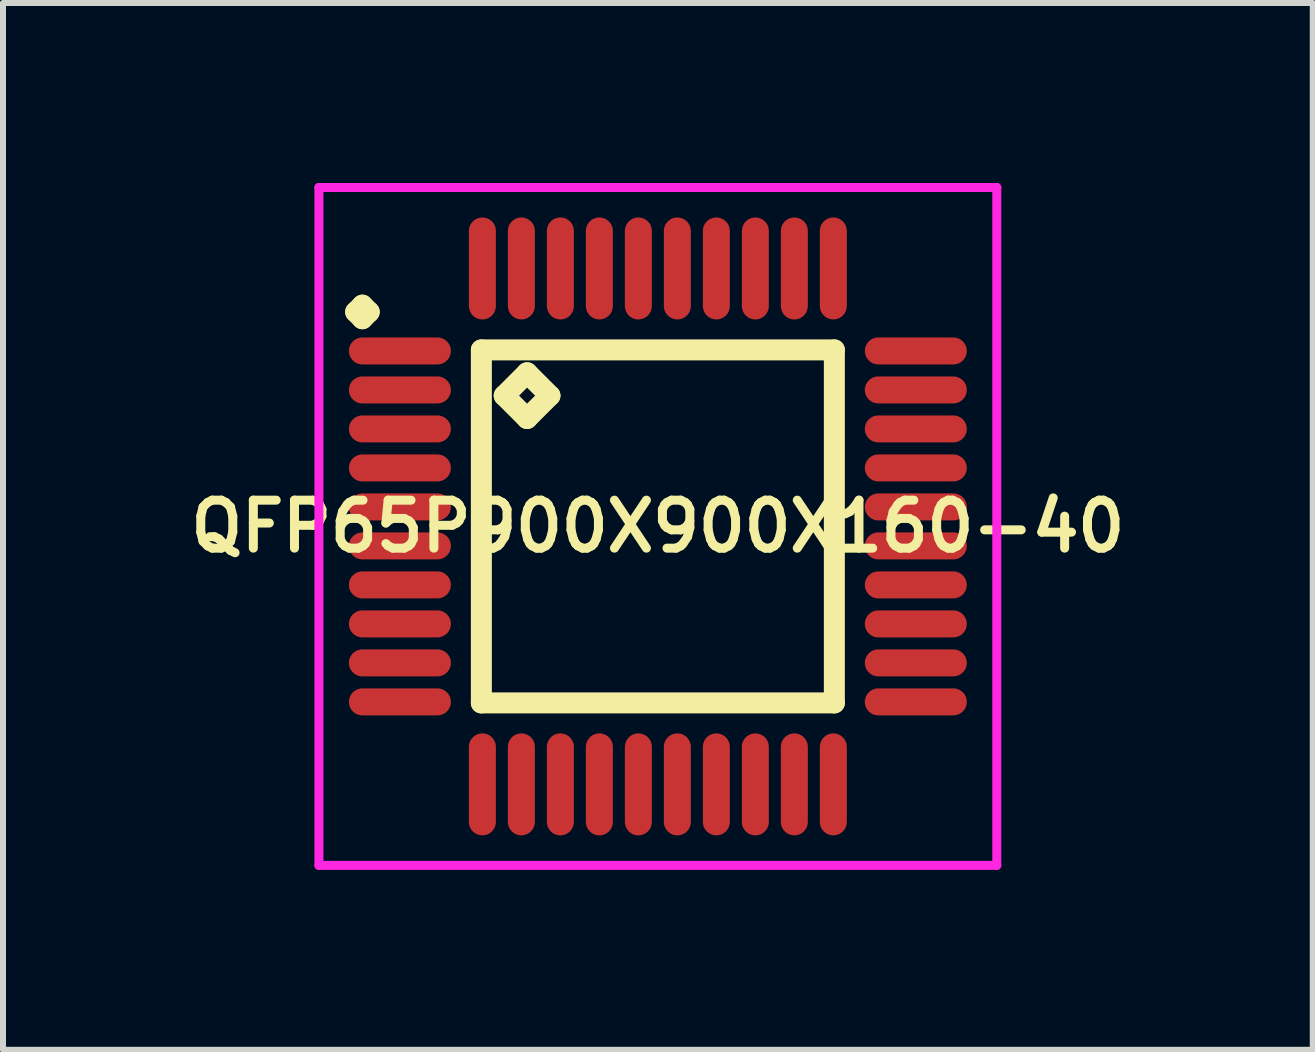
<source format=kicad_pcb>
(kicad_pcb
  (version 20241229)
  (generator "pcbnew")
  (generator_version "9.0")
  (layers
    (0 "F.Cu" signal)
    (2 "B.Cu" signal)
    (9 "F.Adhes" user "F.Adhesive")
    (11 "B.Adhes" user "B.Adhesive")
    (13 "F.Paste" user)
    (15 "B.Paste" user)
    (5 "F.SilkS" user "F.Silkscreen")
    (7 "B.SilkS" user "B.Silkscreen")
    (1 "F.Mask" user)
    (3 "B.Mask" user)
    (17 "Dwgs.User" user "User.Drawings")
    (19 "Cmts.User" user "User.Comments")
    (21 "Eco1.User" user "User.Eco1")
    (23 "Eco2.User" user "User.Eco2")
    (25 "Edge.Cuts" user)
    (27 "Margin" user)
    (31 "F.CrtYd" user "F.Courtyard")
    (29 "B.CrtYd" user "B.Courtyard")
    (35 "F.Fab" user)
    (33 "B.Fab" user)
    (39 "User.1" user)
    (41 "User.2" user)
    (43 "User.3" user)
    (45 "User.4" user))
  (footprint "QFP65P900X900X160-40"
    (layer "F.Cu")
    (at 7.916 5.725)
    (property "Reference" "QFP65P900X900X160-40" (at 0 0 0) (layer "F.SilkS") (effects (font (size 0.8 0.8) (thickness 0.15))))
    (attr smd)
    (fp_line (start -5.037 -3.575) (end -4.925 -3.688) (stroke (width 0.35) (type solid)) (layer "F.SilkS"))
    (fp_line (start -4.925 -3.688) (end -4.812 -3.575) (stroke (width 0.35) (type solid)) (layer "F.SilkS"))
    (fp_line (start -4.925 -3.462) (end -5.037 -3.575) (stroke (width 0.35) (type solid)) (layer "F.SilkS"))
    (fp_line (start -4.812 -3.575) (end -4.925 -3.462) (stroke (width 0.35) (type solid)) (layer "F.SilkS"))
    (fp_line (start -2.942 -2.942) (end -2.942 2.942) (stroke (width 0.35) (type solid)) (layer "F.SilkS"))
    (fp_line (start -2.942 2.942) (end 2.942 2.942) (stroke (width 0.35) (type solid)) (layer "F.SilkS"))
    (fp_line (start -2.561 -2.18) (end -2.18 -2.561) (stroke (width 0.35) (type solid)) (layer "F.SilkS"))
    (fp_line (start -2.18 -2.561) (end -1.799 -2.18) (stroke (width 0.35) (type solid)) (layer "F.SilkS"))
    (fp_line (start -2.18 -1.799) (end -2.561 -2.18) (stroke (width 0.35) (type solid)) (layer "F.SilkS"))
    (fp_line (start -1.799 -2.18) (end -2.18 -1.799) (stroke (width 0.35) (type solid)) (layer "F.SilkS"))
    (fp_line (start 2.942 -2.942) (end -2.942 -2.942) (stroke (width 0.35) (type solid)) (layer "F.SilkS"))
    (fp_line (start 2.942 2.942) (end 2.942 -2.942) (stroke (width 0.35) (type solid)) (layer "F.SilkS"))
    (fp_line (start -5.65 -5.65) (end 5.65 -5.65) (stroke (width 0.15) (type solid)) (layer "F.CrtYd"))
    (fp_line (start -5.65 5.65) (end -5.65 -5.65) (stroke (width 0.15) (type solid)) (layer "F.CrtYd"))
    (fp_line (start 5.65 -5.65) (end 5.65 5.65) (stroke (width 0.15) (type solid)) (layer "F.CrtYd"))
    (fp_line (start 5.65 5.65) (end -5.65 5.65) (stroke (width 0.15) (type solid)) (layer "F.CrtYd"))
    (pad "1" smd oval (at -4.3 -2.925) (size 1.7 0.45) (layers "F.Cu" "F.Mask" "F.Paste"))
    (pad "2" smd oval (at -4.3 -2.275) (size 1.7 0.45) (layers "F.Cu" "F.Mask" "F.Paste"))
    (pad "3" smd oval (at -4.3 -1.625) (size 1.7 0.45) (layers "F.Cu" "F.Mask" "F.Paste"))
    (pad "4" smd oval (at -4.3 -0.975) (size 1.7 0.45) (layers "F.Cu" "F.Mask" "F.Paste"))
    (pad "5" smd oval (at -4.3 -0.325) (size 1.7 0.45) (layers "F.Cu" "F.Mask" "F.Paste"))
    (pad "6" smd oval (at -4.3 0.325) (size 1.7 0.45) (layers "F.Cu" "F.Mask" "F.Paste"))
    (pad "7" smd oval (at -4.3 0.975) (size 1.7 0.45) (layers "F.Cu" "F.Mask" "F.Paste"))
    (pad "8" smd oval (at -4.3 1.625) (size 1.7 0.45) (layers "F.Cu" "F.Mask" "F.Paste"))
    (pad "9" smd oval (at -4.3 2.275) (size 1.7 0.45) (layers "F.Cu" "F.Mask" "F.Paste"))
    (pad "10" smd oval (at -4.3 2.925) (size 1.7 0.45) (layers "F.Cu" "F.Mask" "F.Paste"))
    (pad "11" smd oval (at -2.925 4.3) (size 0.45 1.7) (layers "F.Cu" "F.Mask" "F.Paste"))
    (pad "12" smd oval (at -2.275 4.3) (size 0.45 1.7) (layers "F.Cu" "F.Mask" "F.Paste"))
    (pad "13" smd oval (at -1.625 4.3) (size 0.45 1.7) (layers "F.Cu" "F.Mask" "F.Paste"))
    (pad "14" smd oval (at -0.975 4.3) (size 0.45 1.7) (layers "F.Cu" "F.Mask" "F.Paste"))
    (pad "15" smd oval (at -0.325 4.3) (size 0.45 1.7) (layers "F.Cu" "F.Mask" "F.Paste"))
    (pad "16" smd oval (at 0.325 4.3) (size 0.45 1.7) (layers "F.Cu" "F.Mask" "F.Paste"))
    (pad "17" smd oval (at 0.975 4.3) (size 0.45 1.7) (layers "F.Cu" "F.Mask" "F.Paste"))
    (pad "18" smd oval (at 1.625 4.3) (size 0.45 1.7) (layers "F.Cu" "F.Mask" "F.Paste"))
    (pad "19" smd oval (at 2.275 4.3) (size 0.45 1.7) (layers "F.Cu" "F.Mask" "F.Paste"))
    (pad "20" smd oval (at 2.925 4.3) (size 0.45 1.7) (layers "F.Cu" "F.Mask" "F.Paste"))
    (pad "21" smd oval (at 4.3 2.925) (size 1.7 0.45) (layers "F.Cu" "F.Mask" "F.Paste"))
    (pad "22" smd oval (at 4.3 2.275) (size 1.7 0.45) (layers "F.Cu" "F.Mask" "F.Paste"))
    (pad "23" smd oval (at 4.3 1.625) (size 1.7 0.45) (layers "F.Cu" "F.Mask" "F.Paste"))
    (pad "24" smd oval (at 4.3 0.975) (size 1.7 0.45) (layers "F.Cu" "F.Mask" "F.Paste"))
    (pad "25" smd oval (at 4.3 0.325) (size 1.7 0.45) (layers "F.Cu" "F.Mask" "F.Paste"))
    (pad "26" smd oval (at 4.3 -0.325) (size 1.7 0.45) (layers "F.Cu" "F.Mask" "F.Paste"))
    (pad "27" smd oval (at 4.3 -0.975) (size 1.7 0.45) (layers "F.Cu" "F.Mask" "F.Paste"))
    (pad "28" smd oval (at 4.3 -1.625) (size 1.7 0.45) (layers "F.Cu" "F.Mask" "F.Paste"))
    (pad "29" smd oval (at 4.3 -2.275) (size 1.7 0.45) (layers "F.Cu" "F.Mask" "F.Paste"))
    (pad "30" smd oval (at 4.3 -2.925) (size 1.7 0.45) (layers "F.Cu" "F.Mask" "F.Paste"))
    (pad "31" smd oval (at 2.925 -4.3) (size 0.45 1.7) (layers "F.Cu" "F.Mask" "F.Paste"))
    (pad "32" smd oval (at 2.275 -4.3) (size 0.45 1.7) (layers "F.Cu" "F.Mask" "F.Paste"))
    (pad "33" smd oval (at 1.625 -4.3) (size 0.45 1.7) (layers "F.Cu" "F.Mask" "F.Paste"))
    (pad "34" smd oval (at 0.975 -4.3) (size 0.45 1.7) (layers "F.Cu" "F.Mask" "F.Paste"))
    (pad "35" smd oval (at 0.325 -4.3) (size 0.45 1.7) (layers "F.Cu" "F.Mask" "F.Paste"))
    (pad "36" smd oval (at -0.325 -4.3) (size 0.45 1.7) (layers "F.Cu" "F.Mask" "F.Paste"))
    (pad "37" smd oval (at -0.975 -4.3) (size 0.45 1.7) (layers "F.Cu" "F.Mask" "F.Paste"))
    (pad "38" smd oval (at -1.625 -4.3) (size 0.45 1.7) (layers "F.Cu" "F.Mask" "F.Paste"))
    (pad "39" smd oval (at -2.275 -4.3) (size 0.45 1.7) (layers "F.Cu" "F.Mask" "F.Paste"))
    (pad "40" smd oval (at -2.925 -4.3) (size 0.45 1.7) (layers "F.Cu" "F.Mask" "F.Paste")))
  (gr_rect
    (start -3 -3)
    (end 18.833 14.45)
    (stroke (width 0.1) (type default))
    (fill no)
    (layer "Edge.Cuts")))
</source>
